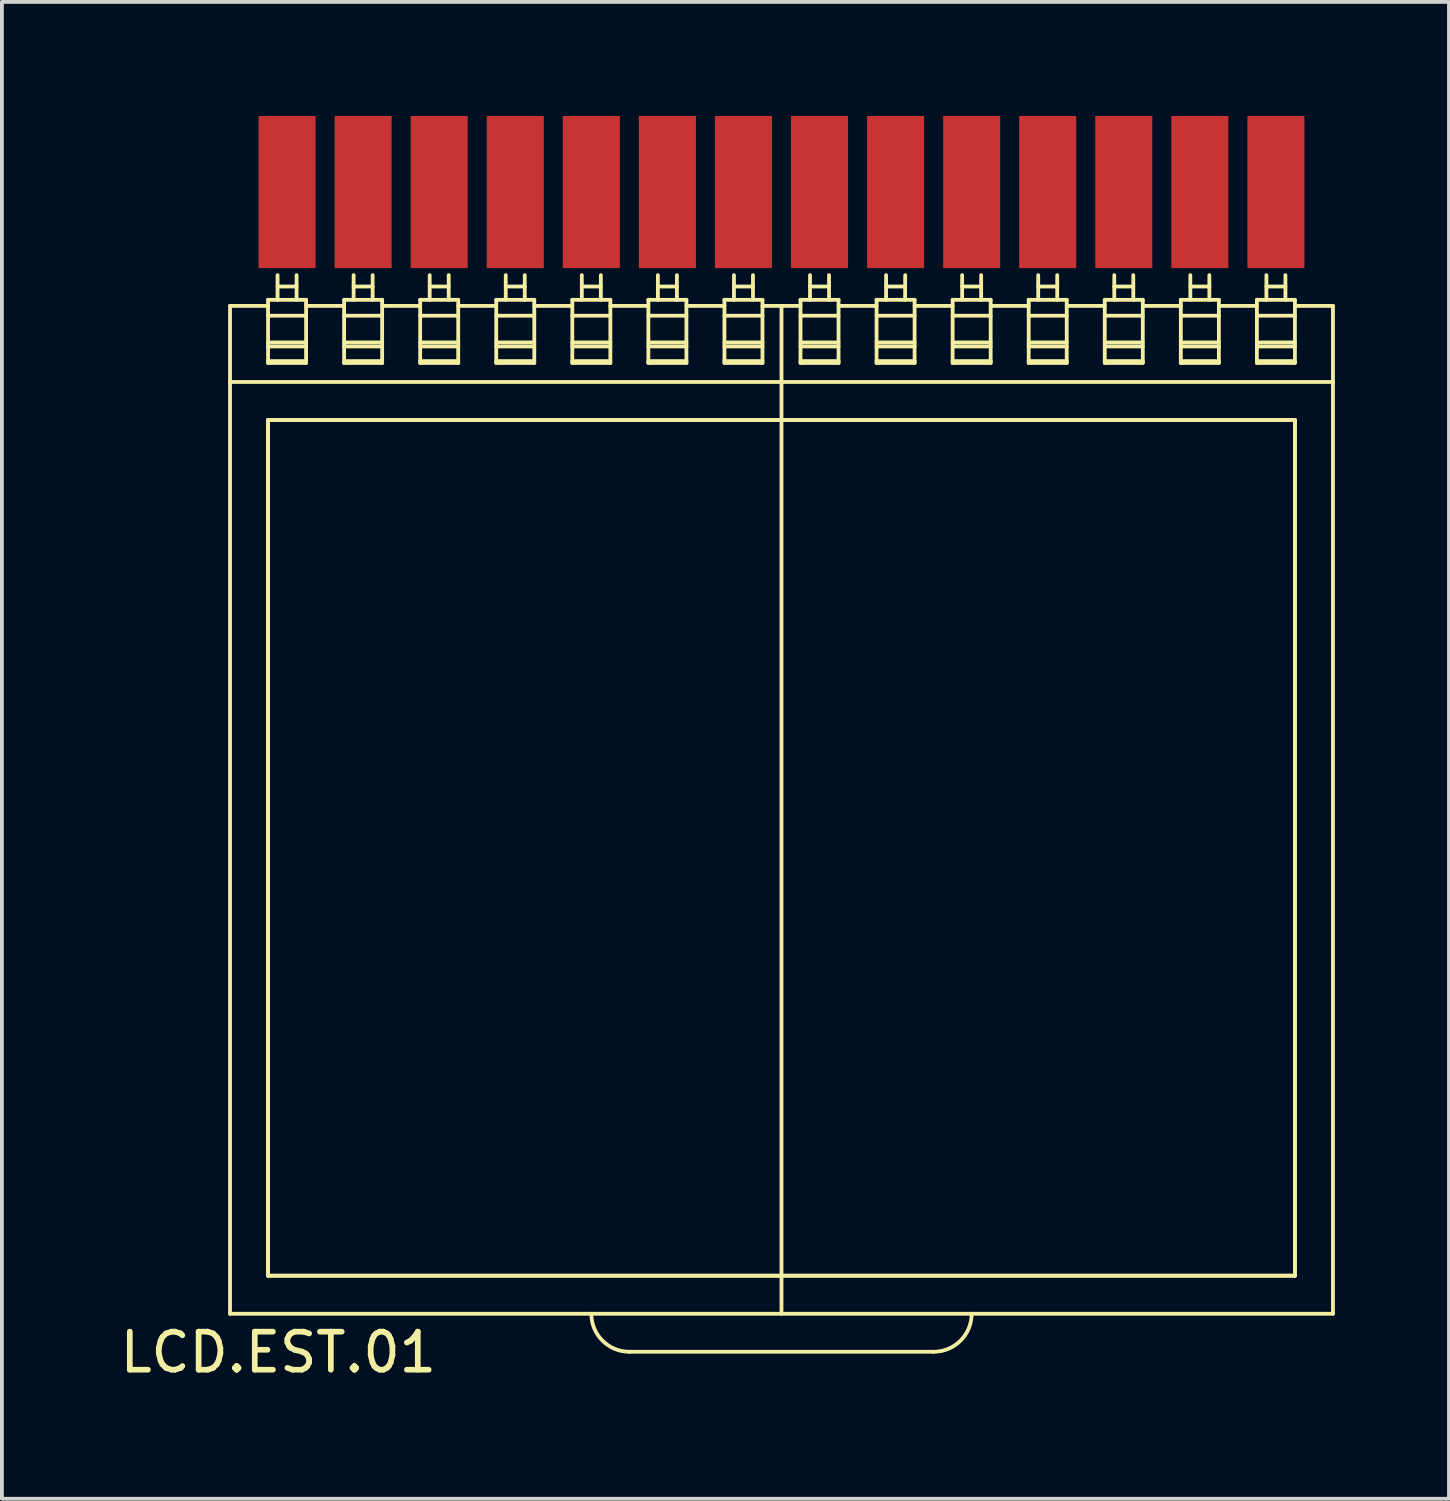
<source format=kicad_pcb>
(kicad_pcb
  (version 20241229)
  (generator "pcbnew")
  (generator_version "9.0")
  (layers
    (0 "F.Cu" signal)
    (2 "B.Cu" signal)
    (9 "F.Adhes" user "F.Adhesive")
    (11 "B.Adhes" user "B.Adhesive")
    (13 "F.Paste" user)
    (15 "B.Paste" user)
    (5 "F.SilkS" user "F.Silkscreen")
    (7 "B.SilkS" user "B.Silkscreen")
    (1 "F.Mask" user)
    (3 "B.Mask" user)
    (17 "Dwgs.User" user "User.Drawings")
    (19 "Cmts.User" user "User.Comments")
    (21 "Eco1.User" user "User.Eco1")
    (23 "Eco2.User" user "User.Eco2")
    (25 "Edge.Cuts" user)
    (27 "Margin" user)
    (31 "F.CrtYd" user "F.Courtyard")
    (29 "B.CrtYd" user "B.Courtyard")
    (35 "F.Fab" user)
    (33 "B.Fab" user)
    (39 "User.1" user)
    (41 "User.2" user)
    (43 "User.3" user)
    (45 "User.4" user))
  (footprint "LCD.EST.01"
    (layer "F.Cu")
    (at 17.095 18.793)
    (property "Reference" "LCD.EST.01" (at -12.827 13.716 0) (layer "F.SilkS") (effects (font (size 1 1) (thickness 0.15))))
    (attr through_hole)
    (fp_line (start -14.097 -13.8) (end -13.097 -13.8) (stroke (width 0.1) (type solid)) (layer "F.SilkS"))
    (fp_line (start -14.097 -11.8) (end 14.903 -11.8) (stroke (width 0.1) (type solid)) (layer "F.SilkS"))
    (fp_line (start -14.097 12.7) (end -14.097 -13.8) (stroke (width 0.1) (type solid)) (layer "F.SilkS"))
    (fp_line (start -14.097 12.7) (end 14.903 12.7) (stroke (width 0.1) (type solid)) (layer "F.SilkS"))
    (fp_line (start -13.097 -13.96) (end -12.097 -13.96) (stroke (width 0.1) (type solid)) (layer "F.SilkS"))
    (fp_line (start -13.097 -13.542) (end -12.097 -13.542) (stroke (width 0.1) (type solid)) (layer "F.SilkS"))
    (fp_line (start -13.097 -12.84) (end -12.097 -12.84) (stroke (width 0.1) (type solid)) (layer "F.SilkS"))
    (fp_line (start -13.097 -12.734) (end -12.097 -12.734) (stroke (width 0.1) (type solid)) (layer "F.SilkS"))
    (fp_line (start -13.097 -12.348) (end -12.097 -12.348) (stroke (width 0.1) (type solid)) (layer "F.SilkS"))
    (fp_line (start -13.097 -12.3) (end -13.097 -13.96) (stroke (width 0.1) (type solid)) (layer "F.SilkS"))
    (fp_line (start -13.097 -12.3) (end -12.097 -12.3) (stroke (width 0.1) (type solid)) (layer "F.SilkS"))
    (fp_line (start -13.097 -10.8) (end 13.903 -10.8) (stroke (width 0.1) (type solid)) (layer "F.SilkS"))
    (fp_line (start -13.097 -10.8) (end 13.903 -10.8) (stroke (width 0.1) (type solid)) (layer "F.SilkS"))
    (fp_line (start -13.097 11.7) (end -13.097 -10.8) (stroke (width 0.1) (type solid)) (layer "F.SilkS"))
    (fp_line (start -13.097 11.7) (end -13.097 -10.8) (stroke (width 0.1) (type solid)) (layer "F.SilkS"))
    (fp_line (start -13.097 11.7) (end 13.903 11.7) (stroke (width 0.1) (type solid)) (layer "F.SilkS"))
    (fp_line (start -13.097 11.7) (end 13.903 11.7) (stroke (width 0.1) (type solid)) (layer "F.SilkS"))
    (fp_line (start -12.847 -14.31) (end -12.347 -14.31) (stroke (width 0.1) (type solid)) (layer "F.SilkS"))
    (fp_line (start -12.847 -13.96) (end -12.847 -14.609) (stroke (width 0.1) (type solid)) (layer "F.SilkS"))
    (fp_line (start -12.347 -13.96) (end -12.347 -14.609) (stroke (width 0.1) (type solid)) (layer "F.SilkS"))
    (fp_line (start -12.097 -13.8) (end -11.097 -13.8) (stroke (width 0.1) (type solid)) (layer "F.SilkS"))
    (fp_line (start -12.097 -12.3) (end -12.097 -13.96) (stroke (width 0.1) (type solid)) (layer "F.SilkS"))
    (fp_line (start -11.097 -13.96) (end -10.097 -13.96) (stroke (width 0.1) (type solid)) (layer "F.SilkS"))
    (fp_line (start -11.097 -13.542) (end -10.097 -13.542) (stroke (width 0.1) (type solid)) (layer "F.SilkS"))
    (fp_line (start -11.097 -12.84) (end -10.097 -12.84) (stroke (width 0.1) (type solid)) (layer "F.SilkS"))
    (fp_line (start -11.097 -12.734) (end -10.097 -12.734) (stroke (width 0.1) (type solid)) (layer "F.SilkS"))
    (fp_line (start -11.097 -12.348) (end -10.097 -12.348) (stroke (width 0.1) (type solid)) (layer "F.SilkS"))
    (fp_line (start -11.097 -12.3) (end -11.097 -13.96) (stroke (width 0.1) (type solid)) (layer "F.SilkS"))
    (fp_line (start -11.097 -12.3) (end -10.097 -12.3) (stroke (width 0.1) (type solid)) (layer "F.SilkS"))
    (fp_line (start -10.847 -14.31) (end -10.347 -14.31) (stroke (width 0.1) (type solid)) (layer "F.SilkS"))
    (fp_line (start -10.847 -13.96) (end -10.847 -14.609) (stroke (width 0.1) (type solid)) (layer "F.SilkS"))
    (fp_line (start -10.347 -13.96) (end -10.347 -14.609) (stroke (width 0.1) (type solid)) (layer "F.SilkS"))
    (fp_line (start -10.097 -13.8) (end -9.097 -13.8) (stroke (width 0.1) (type solid)) (layer "F.SilkS"))
    (fp_line (start -10.097 -12.3) (end -10.097 -13.96) (stroke (width 0.1) (type solid)) (layer "F.SilkS"))
    (fp_line (start -9.097 -13.96) (end -8.097 -13.96) (stroke (width 0.1) (type solid)) (layer "F.SilkS"))
    (fp_line (start -9.097 -13.542) (end -8.097 -13.542) (stroke (width 0.1) (type solid)) (layer "F.SilkS"))
    (fp_line (start -9.097 -12.84) (end -8.097 -12.84) (stroke (width 0.1) (type solid)) (layer "F.SilkS"))
    (fp_line (start -9.097 -12.734) (end -8.097 -12.734) (stroke (width 0.1) (type solid)) (layer "F.SilkS"))
    (fp_line (start -9.097 -12.348) (end -8.097 -12.348) (stroke (width 0.1) (type solid)) (layer "F.SilkS"))
    (fp_line (start -9.097 -12.3) (end -9.097 -13.96) (stroke (width 0.1) (type solid)) (layer "F.SilkS"))
    (fp_line (start -9.097 -12.3) (end -8.097 -12.3) (stroke (width 0.1) (type solid)) (layer "F.SilkS"))
    (fp_line (start -8.847 -14.31) (end -8.347 -14.31) (stroke (width 0.1) (type solid)) (layer "F.SilkS"))
    (fp_line (start -8.847 -13.96) (end -8.847 -14.609) (stroke (width 0.1) (type solid)) (layer "F.SilkS"))
    (fp_line (start -8.347 -13.96) (end -8.347 -14.609) (stroke (width 0.1) (type solid)) (layer "F.SilkS"))
    (fp_line (start -8.097 -13.8) (end -7.097 -13.8) (stroke (width 0.1) (type solid)) (layer "F.SilkS"))
    (fp_line (start -8.097 -12.3) (end -8.097 -13.96) (stroke (width 0.1) (type solid)) (layer "F.SilkS"))
    (fp_line (start -7.097 -13.96) (end -6.097 -13.96) (stroke (width 0.1) (type solid)) (layer "F.SilkS"))
    (fp_line (start -7.097 -13.542) (end -6.097 -13.542) (stroke (width 0.1) (type solid)) (layer "F.SilkS"))
    (fp_line (start -7.097 -12.84) (end -6.097 -12.84) (stroke (width 0.1) (type solid)) (layer "F.SilkS"))
    (fp_line (start -7.097 -12.734) (end -6.097 -12.734) (stroke (width 0.1) (type solid)) (layer "F.SilkS"))
    (fp_line (start -7.097 -12.348) (end -6.097 -12.348) (stroke (width 0.1) (type solid)) (layer "F.SilkS"))
    (fp_line (start -7.097 -12.3) (end -7.097 -13.96) (stroke (width 0.1) (type solid)) (layer "F.SilkS"))
    (fp_line (start -7.097 -12.3) (end -6.097 -12.3) (stroke (width 0.1) (type solid)) (layer "F.SilkS"))
    (fp_line (start -6.847 -14.31) (end -6.347 -14.31) (stroke (width 0.1) (type solid)) (layer "F.SilkS"))
    (fp_line (start -6.847 -13.96) (end -6.847 -14.609) (stroke (width 0.1) (type solid)) (layer "F.SilkS"))
    (fp_line (start -6.347 -13.96) (end -6.347 -14.609) (stroke (width 0.1) (type solid)) (layer "F.SilkS"))
    (fp_line (start -6.097 -13.8) (end -5.097 -13.8) (stroke (width 0.1) (type solid)) (layer "F.SilkS"))
    (fp_line (start -6.097 -12.3) (end -6.097 -13.96) (stroke (width 0.1) (type solid)) (layer "F.SilkS"))
    (fp_line (start -5.097 -13.96) (end -4.097 -13.96) (stroke (width 0.1) (type solid)) (layer "F.SilkS"))
    (fp_line (start -5.097 -13.542) (end -4.097 -13.542) (stroke (width 0.1) (type solid)) (layer "F.SilkS"))
    (fp_line (start -5.097 -12.84) (end -4.097 -12.84) (stroke (width 0.1) (type solid)) (layer "F.SilkS"))
    (fp_line (start -5.097 -12.734) (end -4.097 -12.734) (stroke (width 0.1) (type solid)) (layer "F.SilkS"))
    (fp_line (start -5.097 -12.348) (end -4.097 -12.348) (stroke (width 0.1) (type solid)) (layer "F.SilkS"))
    (fp_line (start -5.097 -12.3) (end -5.097 -13.96) (stroke (width 0.1) (type solid)) (layer "F.SilkS"))
    (fp_line (start -5.097 -12.3) (end -4.097 -12.3) (stroke (width 0.1) (type solid)) (layer "F.SilkS"))
    (fp_line (start -4.847 -14.31) (end -4.347 -14.31) (stroke (width 0.1) (type solid)) (layer "F.SilkS"))
    (fp_line (start -4.847 -13.96) (end -4.847 -14.609) (stroke (width 0.1) (type solid)) (layer "F.SilkS"))
    (fp_line (start -4.347 -13.96) (end -4.347 -14.609) (stroke (width 0.1) (type solid)) (layer "F.SilkS"))
    (fp_line (start -4.097 -13.8) (end -3.097 -13.8) (stroke (width 0.1) (type solid)) (layer "F.SilkS"))
    (fp_line (start -4.097 -12.3) (end -4.097 -13.96) (stroke (width 0.1) (type solid)) (layer "F.SilkS"))
    (fp_line (start -3.597 13.7) (end 4.403 13.7) (stroke (width 0.1) (type solid)) (layer "F.SilkS"))
    (fp_line (start -3.097 -13.96) (end -2.097 -13.96) (stroke (width 0.1) (type solid)) (layer "F.SilkS"))
    (fp_line (start -3.097 -13.542) (end -2.097 -13.542) (stroke (width 0.1) (type solid)) (layer "F.SilkS"))
    (fp_line (start -3.097 -12.84) (end -2.097 -12.84) (stroke (width 0.1) (type solid)) (layer "F.SilkS"))
    (fp_line (start -3.097 -12.734) (end -2.097 -12.734) (stroke (width 0.1) (type solid)) (layer "F.SilkS"))
    (fp_line (start -3.097 -12.348) (end -2.097 -12.348) (stroke (width 0.1) (type solid)) (layer "F.SilkS"))
    (fp_line (start -3.097 -12.3) (end -3.097 -13.96) (stroke (width 0.1) (type solid)) (layer "F.SilkS"))
    (fp_line (start -3.097 -12.3) (end -2.097 -12.3) (stroke (width 0.1) (type solid)) (layer "F.SilkS"))
    (fp_line (start -2.847 -14.31) (end -2.347 -14.31) (stroke (width 0.1) (type solid)) (layer "F.SilkS"))
    (fp_line (start -2.847 -13.96) (end -2.847 -14.609) (stroke (width 0.1) (type solid)) (layer "F.SilkS"))
    (fp_line (start -2.347 -13.96) (end -2.347 -14.609) (stroke (width 0.1) (type solid)) (layer "F.SilkS"))
    (fp_line (start -2.097 -13.8) (end -1.097 -13.8) (stroke (width 0.1) (type solid)) (layer "F.SilkS"))
    (fp_line (start -2.097 -12.3) (end -2.097 -13.96) (stroke (width 0.1) (type solid)) (layer "F.SilkS"))
    (fp_line (start -1.097 -13.96) (end -0.097 -13.96) (stroke (width 0.1) (type solid)) (layer "F.SilkS"))
    (fp_line (start -1.097 -13.542) (end -0.097 -13.542) (stroke (width 0.1) (type solid)) (layer "F.SilkS"))
    (fp_line (start -1.097 -12.84) (end -0.097 -12.84) (stroke (width 0.1) (type solid)) (layer "F.SilkS"))
    (fp_line (start -1.097 -12.734) (end -0.097 -12.734) (stroke (width 0.1) (type solid)) (layer "F.SilkS"))
    (fp_line (start -1.097 -12.348) (end -0.097 -12.348) (stroke (width 0.1) (type solid)) (layer "F.SilkS"))
    (fp_line (start -1.097 -12.3) (end -1.097 -13.96) (stroke (width 0.1) (type solid)) (layer "F.SilkS"))
    (fp_line (start -1.097 -12.3) (end -0.097 -12.3) (stroke (width 0.1) (type solid)) (layer "F.SilkS"))
    (fp_line (start -0.847 -14.31) (end -0.347 -14.31) (stroke (width 0.1) (type solid)) (layer "F.SilkS"))
    (fp_line (start -0.847 -13.96) (end -0.847 -14.609) (stroke (width 0.1) (type solid)) (layer "F.SilkS"))
    (fp_line (start -0.347 -13.96) (end -0.347 -14.609) (stroke (width 0.1) (type solid)) (layer "F.SilkS"))
    (fp_line (start -0.097 -13.8) (end 0.903 -13.8) (stroke (width 0.1) (type solid)) (layer "F.SilkS"))
    (fp_line (start -0.097 -12.3) (end -0.097 -13.96) (stroke (width 0.1) (type solid)) (layer "F.SilkS"))
    (fp_line (start 0.403 12.7) (end 0.403 -13.8) (stroke (width 0.1) (type solid)) (layer "F.SilkS"))
    (fp_line (start 0.903 -13.96) (end 1.903 -13.96) (stroke (width 0.1) (type solid)) (layer "F.SilkS"))
    (fp_line (start 0.903 -13.542) (end 1.903 -13.542) (stroke (width 0.1) (type solid)) (layer "F.SilkS"))
    (fp_line (start 0.903 -12.84) (end 1.903 -12.84) (stroke (width 0.1) (type solid)) (layer "F.SilkS"))
    (fp_line (start 0.903 -12.734) (end 1.903 -12.734) (stroke (width 0.1) (type solid)) (layer "F.SilkS"))
    (fp_line (start 0.903 -12.348) (end 1.903 -12.348) (stroke (width 0.1) (type solid)) (layer "F.SilkS"))
    (fp_line (start 0.903 -12.3) (end 0.903 -13.96) (stroke (width 0.1) (type solid)) (layer "F.SilkS"))
    (fp_line (start 0.903 -12.3) (end 1.903 -12.3) (stroke (width 0.1) (type solid)) (layer "F.SilkS"))
    (fp_line (start 1.153 -14.31) (end 1.653 -14.31) (stroke (width 0.1) (type solid)) (layer "F.SilkS"))
    (fp_line (start 1.153 -13.96) (end 1.153 -14.609) (stroke (width 0.1) (type solid)) (layer "F.SilkS"))
    (fp_line (start 1.653 -13.96) (end 1.653 -14.609) (stroke (width 0.1) (type solid)) (layer "F.SilkS"))
    (fp_line (start 1.903 -13.8) (end 2.903 -13.8) (stroke (width 0.1) (type solid)) (layer "F.SilkS"))
    (fp_line (start 1.903 -12.3) (end 1.903 -13.96) (stroke (width 0.1) (type solid)) (layer "F.SilkS"))
    (fp_line (start 2.903 -13.96) (end 3.903 -13.96) (stroke (width 0.1) (type solid)) (layer "F.SilkS"))
    (fp_line (start 2.903 -13.542) (end 3.903 -13.542) (stroke (width 0.1) (type solid)) (layer "F.SilkS"))
    (fp_line (start 2.903 -12.84) (end 3.903 -12.84) (stroke (width 0.1) (type solid)) (layer "F.SilkS"))
    (fp_line (start 2.903 -12.734) (end 3.903 -12.734) (stroke (width 0.1) (type solid)) (layer "F.SilkS"))
    (fp_line (start 2.903 -12.348) (end 3.903 -12.348) (stroke (width 0.1) (type solid)) (layer "F.SilkS"))
    (fp_line (start 2.903 -12.3) (end 2.903 -13.96) (stroke (width 0.1) (type solid)) (layer "F.SilkS"))
    (fp_line (start 2.903 -12.3) (end 3.903 -12.3) (stroke (width 0.1) (type solid)) (layer "F.SilkS"))
    (fp_line (start 3.153 -14.31) (end 3.653 -14.31) (stroke (width 0.1) (type solid)) (layer "F.SilkS"))
    (fp_line (start 3.153 -13.96) (end 3.153 -14.609) (stroke (width 0.1) (type solid)) (layer "F.SilkS"))
    (fp_line (start 3.653 -13.96) (end 3.656 -14.609) (stroke (width 0.1) (type solid)) (layer "F.SilkS"))
    (fp_line (start 3.903 -13.8) (end 4.903 -13.8) (stroke (width 0.1) (type solid)) (layer "F.SilkS"))
    (fp_line (start 3.903 -12.3) (end 3.903 -13.96) (stroke (width 0.1) (type solid)) (layer "F.SilkS"))
    (fp_line (start 4.903 -13.96) (end 5.903 -13.96) (stroke (width 0.1) (type solid)) (layer "F.SilkS"))
    (fp_line (start 4.903 -13.542) (end 5.903 -13.542) (stroke (width 0.1) (type solid)) (layer "F.SilkS"))
    (fp_line (start 4.903 -12.84) (end 5.903 -12.84) (stroke (width 0.1) (type solid)) (layer "F.SilkS"))
    (fp_line (start 4.903 -12.734) (end 5.903 -12.734) (stroke (width 0.1) (type solid)) (layer "F.SilkS"))
    (fp_line (start 4.903 -12.348) (end 5.903 -12.348) (stroke (width 0.1) (type solid)) (layer "F.SilkS"))
    (fp_line (start 4.903 -12.3) (end 4.903 -13.96) (stroke (width 0.1) (type solid)) (layer "F.SilkS"))
    (fp_line (start 4.903 -12.3) (end 5.903 -12.3) (stroke (width 0.1) (type solid)) (layer "F.SilkS"))
    (fp_line (start 5.153 -14.31) (end 5.653 -14.31) (stroke (width 0.1) (type solid)) (layer "F.SilkS"))
    (fp_line (start 5.153 -13.96) (end 5.153 -14.609) (stroke (width 0.1) (type solid)) (layer "F.SilkS"))
    (fp_line (start 5.653 -13.96) (end 5.653 -14.609) (stroke (width 0.1) (type solid)) (layer "F.SilkS"))
    (fp_line (start 5.903 -13.8) (end 6.903 -13.8) (stroke (width 0.1) (type solid)) (layer "F.SilkS"))
    (fp_line (start 5.903 -12.3) (end 5.903 -13.96) (stroke (width 0.1) (type solid)) (layer "F.SilkS"))
    (fp_line (start 6.903 -13.96) (end 7.903 -13.96) (stroke (width 0.1) (type solid)) (layer "F.SilkS"))
    (fp_line (start 6.903 -13.542) (end 7.903 -13.542) (stroke (width 0.1) (type solid)) (layer "F.SilkS"))
    (fp_line (start 6.903 -12.84) (end 7.903 -12.84) (stroke (width 0.1) (type solid)) (layer "F.SilkS"))
    (fp_line (start 6.903 -12.734) (end 7.903 -12.734) (stroke (width 0.1) (type solid)) (layer "F.SilkS"))
    (fp_line (start 6.903 -12.348) (end 7.903 -12.348) (stroke (width 0.1) (type solid)) (layer "F.SilkS"))
    (fp_line (start 6.903 -12.3) (end 6.903 -13.96) (stroke (width 0.1) (type solid)) (layer "F.SilkS"))
    (fp_line (start 6.903 -12.3) (end 7.903 -12.3) (stroke (width 0.1) (type solid)) (layer "F.SilkS"))
    (fp_line (start 7.153 -14.31) (end 7.653 -14.31) (stroke (width 0.1) (type solid)) (layer "F.SilkS"))
    (fp_line (start 7.153 -13.96) (end 7.153 -14.609) (stroke (width 0.1) (type solid)) (layer "F.SilkS"))
    (fp_line (start 7.653 -13.96) (end 7.653 -14.609) (stroke (width 0.1) (type solid)) (layer "F.SilkS"))
    (fp_line (start 7.903 -13.8) (end 8.903 -13.8) (stroke (width 0.1) (type solid)) (layer "F.SilkS"))
    (fp_line (start 7.903 -12.3) (end 7.903 -13.96) (stroke (width 0.1) (type solid)) (layer "F.SilkS"))
    (fp_line (start 8.903 -13.96) (end 9.903 -13.96) (stroke (width 0.1) (type solid)) (layer "F.SilkS"))
    (fp_line (start 8.903 -13.542) (end 9.903 -13.542) (stroke (width 0.1) (type solid)) (layer "F.SilkS"))
    (fp_line (start 8.903 -12.84) (end 9.903 -12.84) (stroke (width 0.1) (type solid)) (layer "F.SilkS"))
    (fp_line (start 8.903 -12.734) (end 9.903 -12.734) (stroke (width 0.1) (type solid)) (layer "F.SilkS"))
    (fp_line (start 8.903 -12.348) (end 9.903 -12.348) (stroke (width 0.1) (type solid)) (layer "F.SilkS"))
    (fp_line (start 8.903 -12.3) (end 8.903 -13.96) (stroke (width 0.1) (type solid)) (layer "F.SilkS"))
    (fp_line (start 8.903 -12.3) (end 9.903 -12.3) (stroke (width 0.1) (type solid)) (layer "F.SilkS"))
    (fp_line (start 9.153 -14.31) (end 9.653 -14.31) (stroke (width 0.1) (type solid)) (layer "F.SilkS"))
    (fp_line (start 9.153 -13.96) (end 9.153 -14.609) (stroke (width 0.1) (type solid)) (layer "F.SilkS"))
    (fp_line (start 9.653 -13.96) (end 9.653 -14.609) (stroke (width 0.1) (type solid)) (layer "F.SilkS"))
    (fp_line (start 9.903 -13.8) (end 10.903 -13.8) (stroke (width 0.1) (type solid)) (layer "F.SilkS"))
    (fp_line (start 9.903 -12.3) (end 9.903 -13.96) (stroke (width 0.1) (type solid)) (layer "F.SilkS"))
    (fp_line (start 10.903 -13.96) (end 11.903 -13.96) (stroke (width 0.1) (type solid)) (layer "F.SilkS"))
    (fp_line (start 10.903 -13.542) (end 11.903 -13.542) (stroke (width 0.1) (type solid)) (layer "F.SilkS"))
    (fp_line (start 10.903 -12.84) (end 11.903 -12.84) (stroke (width 0.1) (type solid)) (layer "F.SilkS"))
    (fp_line (start 10.903 -12.734) (end 11.903 -12.734) (stroke (width 0.1) (type solid)) (layer "F.SilkS"))
    (fp_line (start 10.903 -12.348) (end 11.903 -12.348) (stroke (width 0.1) (type solid)) (layer "F.SilkS"))
    (fp_line (start 10.903 -12.3) (end 10.903 -13.96) (stroke (width 0.1) (type solid)) (layer "F.SilkS"))
    (fp_line (start 10.903 -12.3) (end 11.903 -12.3) (stroke (width 0.1) (type solid)) (layer "F.SilkS"))
    (fp_line (start 11.153 -14.31) (end 11.653 -14.31) (stroke (width 0.1) (type solid)) (layer "F.SilkS"))
    (fp_line (start 11.153 -13.96) (end 11.153 -14.609) (stroke (width 0.1) (type solid)) (layer "F.SilkS"))
    (fp_line (start 11.653 -13.96) (end 11.653 -14.609) (stroke (width 0.1) (type solid)) (layer "F.SilkS"))
    (fp_line (start 11.903 -13.8) (end 12.903 -13.8) (stroke (width 0.1) (type solid)) (layer "F.SilkS"))
    (fp_line (start 11.903 -12.3) (end 11.903 -13.96) (stroke (width 0.1) (type solid)) (layer "F.SilkS"))
    (fp_line (start 12.903 -13.96) (end 13.903 -13.96) (stroke (width 0.1) (type solid)) (layer "F.SilkS"))
    (fp_line (start 12.903 -13.542) (end 13.903 -13.542) (stroke (width 0.1) (type solid)) (layer "F.SilkS"))
    (fp_line (start 12.903 -12.84) (end 13.903 -12.84) (stroke (width 0.1) (type solid)) (layer "F.SilkS"))
    (fp_line (start 12.903 -12.734) (end 13.903 -12.734) (stroke (width 0.1) (type solid)) (layer "F.SilkS"))
    (fp_line (start 12.903 -12.348) (end 13.903 -12.348) (stroke (width 0.1) (type solid)) (layer "F.SilkS"))
    (fp_line (start 12.903 -12.3) (end 12.903 -13.96) (stroke (width 0.1) (type solid)) (layer "F.SilkS"))
    (fp_line (start 12.903 -12.3) (end 13.903 -12.3) (stroke (width 0.1) (type solid)) (layer "F.SilkS"))
    (fp_line (start 13.153 -14.31) (end 13.653 -14.31) (stroke (width 0.1) (type solid)) (layer "F.SilkS"))
    (fp_line (start 13.153 -13.96) (end 13.153 -14.609) (stroke (width 0.1) (type solid)) (layer "F.SilkS"))
    (fp_line (start 13.653 -13.96) (end 13.653 -14.609) (stroke (width 0.1) (type solid)) (layer "F.SilkS"))
    (fp_line (start 13.903 -13.8) (end 14.903 -13.8) (stroke (width 0.1) (type solid)) (layer "F.SilkS"))
    (fp_line (start 13.903 -12.3) (end 13.903 -13.96) (stroke (width 0.1) (type solid)) (layer "F.SilkS"))
    (fp_line (start 13.903 11.7) (end 13.903 -10.8) (stroke (width 0.1) (type solid)) (layer "F.SilkS"))
    (fp_line (start 13.903 11.7) (end 13.903 -10.8) (stroke (width 0.1) (type solid)) (layer "F.SilkS"))
    (fp_line (start 14.903 12.7) (end 14.903 -13.8) (stroke (width 0.1) (type solid)) (layer "F.SilkS"))
    (fp_arc (start -3.597 13.7) (mid -4.304107 13.407107) (end -4.597 12.7) (stroke (width 0.1) (type solid)) (layer "F.SilkS"))
    (fp_arc (start 5.403 12.7) (mid 5.110107 13.407107) (end 4.403 13.7) (stroke (width 0.1) (type solid)) (layer "F.SilkS"))
    (pad "1" smd rect (at -12.597 -16.793) (size 1.5 4) (layers "F.Cu" "F.Mask" "F.Paste"))
    (pad "2" smd rect (at -10.597 -16.793) (size 1.5 4) (layers "F.Cu" "F.Mask" "F.Paste"))
    (pad "3" smd rect (at -8.597 -16.793) (size 1.5 4) (layers "F.Cu" "F.Mask" "F.Paste"))
    (pad "4" smd rect (at -6.597 -16.793) (size 1.5 4) (layers "F.Cu" "F.Mask" "F.Paste"))
    (pad "5" smd rect (at -4.597 -16.793) (size 1.5 4) (layers "F.Cu" "F.Mask" "F.Paste"))
    (pad "6" smd rect (at -2.597 -16.793) (size 1.5 4) (layers "F.Cu" "F.Mask" "F.Paste"))
    (pad "7" smd rect (at -0.597 -16.793) (size 1.5 4) (layers "F.Cu" "F.Mask" "F.Paste"))
    (pad "8" smd rect (at 1.403 -16.793) (size 1.5 4) (layers "F.Cu" "F.Mask" "F.Paste"))
    (pad "9" smd rect (at 3.403 -16.793) (size 1.5 4) (layers "F.Cu" "F.Mask" "F.Paste"))
    (pad "10" smd rect (at 5.403 -16.793) (size 1.5 4) (layers "F.Cu" "F.Mask" "F.Paste"))
    (pad "11" smd rect (at 7.403 -16.793) (size 1.5 4) (layers "F.Cu" "F.Mask" "F.Paste"))
    (pad "12" smd rect (at 9.403 -16.793) (size 1.5 4) (layers "F.Cu" "F.Mask" "F.Paste"))
    (pad "13" smd rect (at 11.403 -16.793) (size 1.5 4) (layers "F.Cu" "F.Mask" "F.Paste"))
    (pad "14" smd rect (at 13.403 -16.793) (size 1.5 4) (layers "F.Cu" "F.Mask" "F.Paste")))
  (gr_rect
    (start -3 -3)
    (end 35.048 36.357)
    (stroke (width 0.1) (type default))
    (fill no)
    (layer "Edge.Cuts")))
</source>
